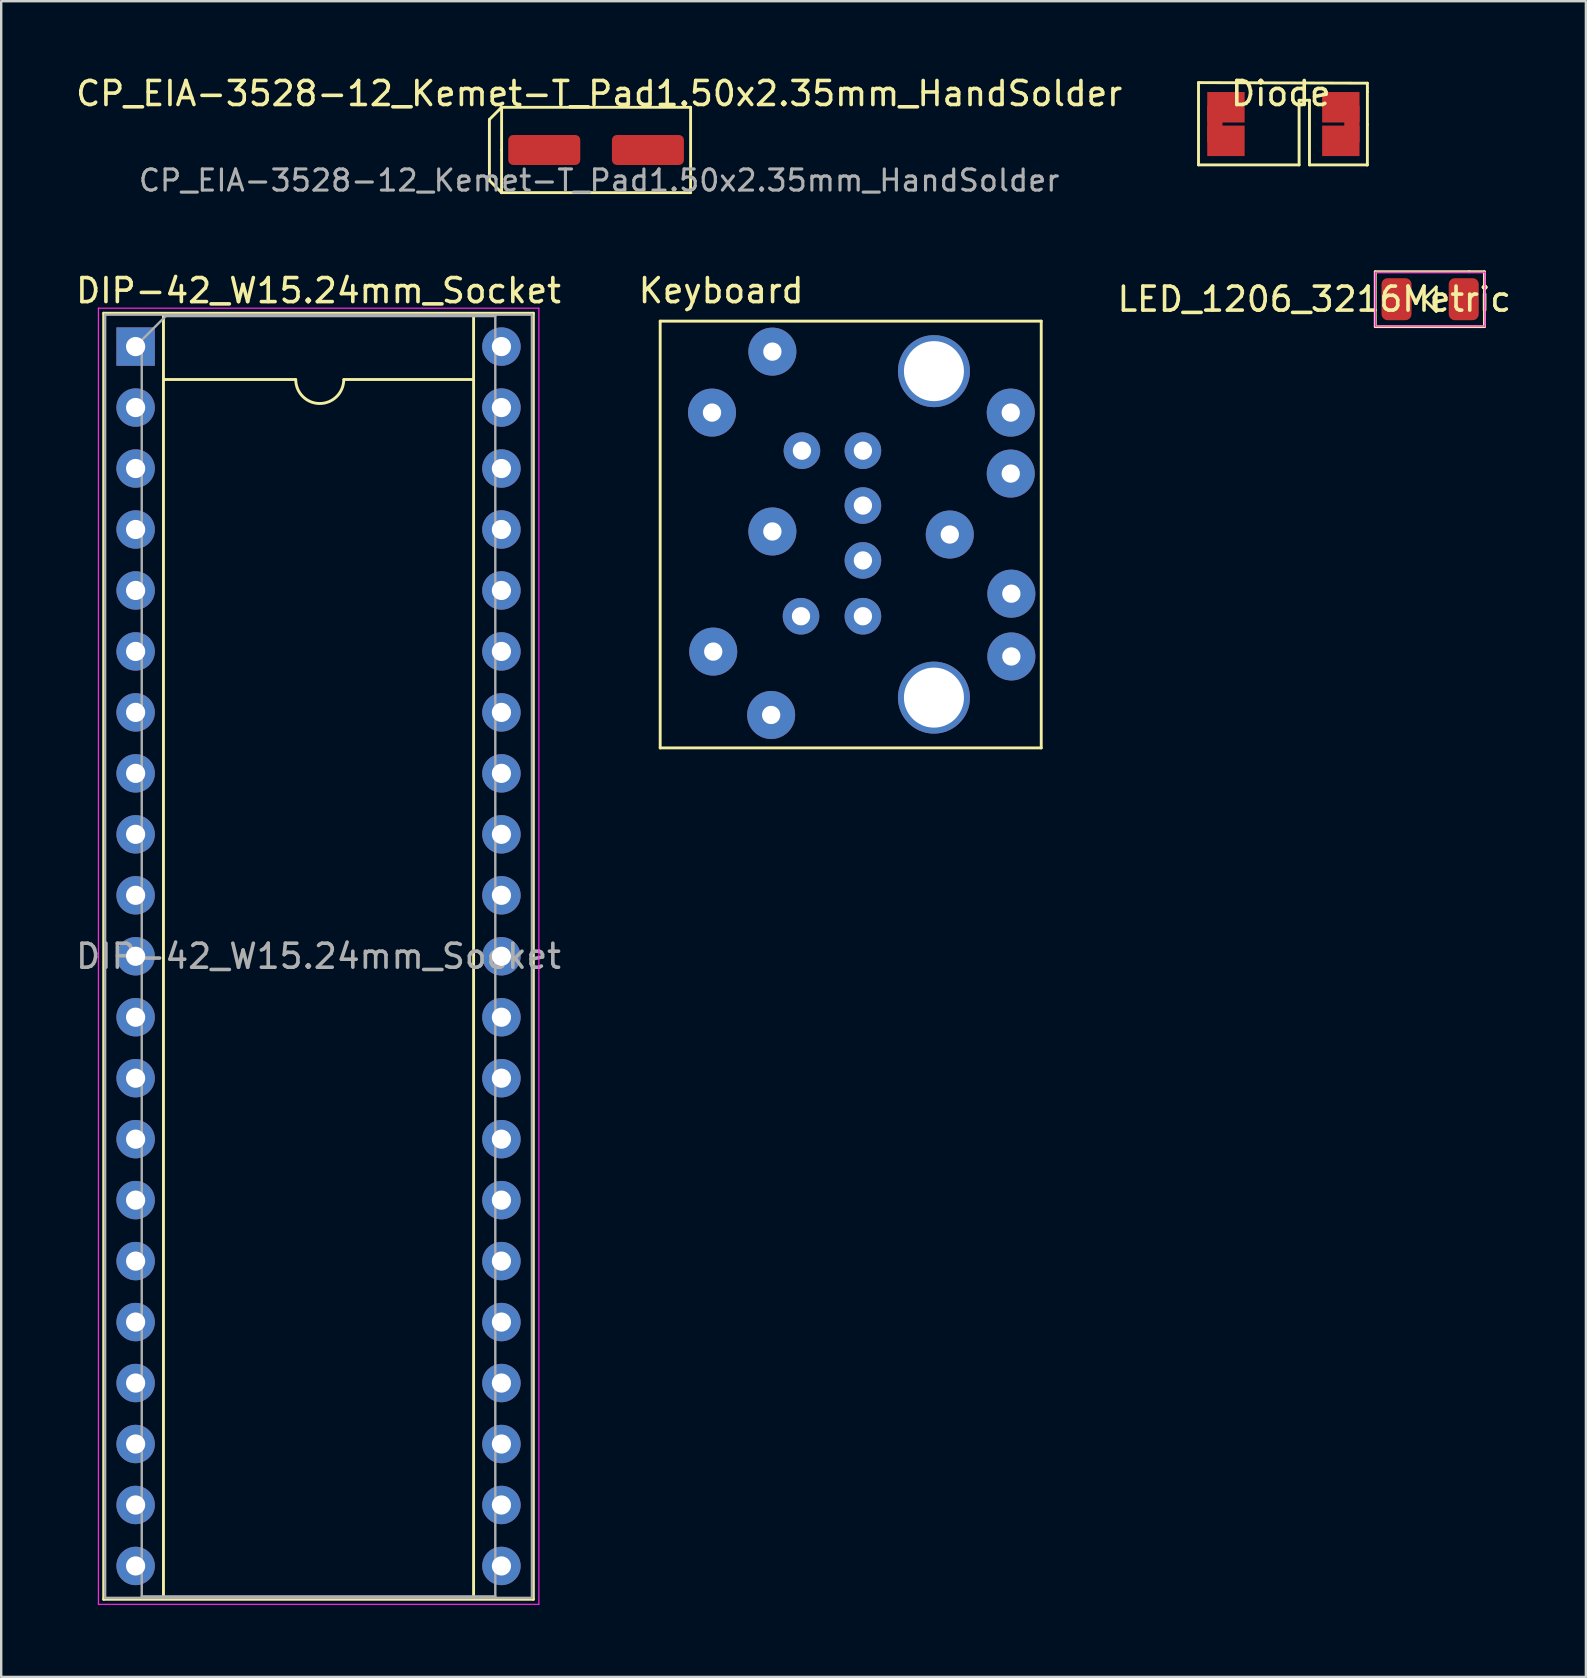
<source format=kicad_pcb>
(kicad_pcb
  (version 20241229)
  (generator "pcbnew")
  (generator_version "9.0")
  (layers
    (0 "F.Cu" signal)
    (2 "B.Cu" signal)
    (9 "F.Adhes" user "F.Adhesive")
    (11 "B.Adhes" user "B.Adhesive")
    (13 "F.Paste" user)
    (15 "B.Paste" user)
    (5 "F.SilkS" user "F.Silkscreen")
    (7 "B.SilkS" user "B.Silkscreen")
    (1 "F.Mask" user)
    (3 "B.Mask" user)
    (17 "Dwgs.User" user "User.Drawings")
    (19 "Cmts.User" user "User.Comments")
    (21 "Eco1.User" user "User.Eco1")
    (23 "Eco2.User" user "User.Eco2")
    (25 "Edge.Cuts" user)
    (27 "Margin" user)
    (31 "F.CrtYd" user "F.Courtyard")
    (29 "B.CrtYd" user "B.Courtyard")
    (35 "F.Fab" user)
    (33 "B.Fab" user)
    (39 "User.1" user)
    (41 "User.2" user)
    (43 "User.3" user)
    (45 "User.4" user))
  (footprint "CP_EIA-3528-12_Kemet-T_Pad1.50x2.35mm_HandSolder"
    (layer "F.Cu")
    (at 21.911 3.198)
    (property "Reference" "CP_EIA-3528-12_Kemet-T_Pad1.50x2.35mm_HandSolder" (at 0 -2.35 0) (layer "F.SilkS") (effects (font (size 1 1) (thickness 0.15))))
    (attr smd)
    (fp_line (start -4.572 -1.27) (end -4.572 1.27) (stroke (width 0.12) (type solid)) (layer "F.SilkS"))
    (fp_line (start -4.572 1.27) (end -4.064 1.778) (stroke (width 0.12) (type solid)) (layer "F.SilkS"))
    (fp_line (start -4.064 -1.778) (end -4.572 -1.27) (stroke (width 0.12) (type solid)) (layer "F.SilkS"))
    (fp_line (start -4.064 -1.778) (end -4.064 0) (stroke (width 0.12) (type solid)) (layer "F.SilkS"))
    (fp_line (start -4.064 0) (end -4.064 1.778) (stroke (width 0.12) (type solid)) (layer "F.SilkS"))
    (fp_line (start -4.064 1.778) (end 3.81 1.778) (stroke (width 0.12) (type solid)) (layer "F.SilkS"))
    (fp_line (start 3.81 -1.778) (end -4.064 -1.778) (stroke (width 0.12) (type solid)) (layer "F.SilkS"))
    (fp_line (start 3.81 1.778) (end 3.81 -1.778) (stroke (width 0.12) (type solid)) (layer "F.SilkS"))
    (fp_text user "${REFERENCE}" (at 0 1.27 0) (layer "F.Fab") (effects (font (size 0.88 0.88) (thickness 0.13))))
    (pad "1" smd roundrect (at -2.286 0) (size 3 1.25) (layers "F.Cu" "F.Mask" "F.Paste") (roundrect_rratio 0.167))
    (pad "2" smd roundrect (at 2.032 0) (size 3 1.25) (layers "F.Cu" "F.Mask" "F.Paste") (roundrect_rratio 0.167)))
  (footprint "LED_1206_3216Metric"
    (layer "F.Cu")
    (at 56.531 9.414)
    (property "Reference" "LED_1206_3216Metric" (at -4.826 0 0) (layer "F.SilkS") (effects (font (size 1 1) (thickness 0.15))))
    (attr smd)
    (fp_line (start -2.286 -1.143) (end 1.626 -1.143) (stroke (width 0.12) (type solid)) (layer "F.SilkS"))
    (fp_line (start -2.286 1.143) (end -2.286 -1.143) (stroke (width 0.12) (type solid)) (layer "F.SilkS"))
    (fp_line (start -0.254 0) (end 0.254 -0.508) (stroke (width 0.12) (type solid)) (layer "F.SilkS"))
    (fp_line (start 0.254 -0.508) (end 0.254 0.508) (stroke (width 0.12) (type solid)) (layer "F.SilkS"))
    (fp_line (start 0.254 0.508) (end -0.254 0) (stroke (width 0.12) (type solid)) (layer "F.SilkS"))
    (fp_line (start 1.626 -1.143) (end 2.261 -1.143) (stroke (width 0.12) (type solid)) (layer "F.SilkS"))
    (fp_line (start 2.261 -1.143) (end 2.261 1.092) (stroke (width 0.12) (type solid)) (layer "F.SilkS"))
    (fp_line (start 2.261 1.092) (end 2.261 1.118) (stroke (width 0.12) (type solid)) (layer "F.SilkS"))
    (fp_line (start 2.261 1.118) (end 2.261 1.143) (stroke (width 0.12) (type solid)) (layer "F.SilkS"))
    (fp_line (start 2.261 1.143) (end -2.286 1.143) (stroke (width 0.12) (type solid)) (layer "F.SilkS"))
    (fp_line (start -2.28 -1.12) (end 2.28 -1.12) (stroke (width 0.05) (type solid)) (layer "F.CrtYd"))
    (fp_line (start -2.28 1.12) (end -2.28 -1.12) (stroke (width 0.05) (type solid)) (layer "F.CrtYd"))
    (fp_line (start 2.28 -1.12) (end 2.28 1.12) (stroke (width 0.05) (type solid)) (layer "F.CrtYd"))
    (fp_line (start 2.28 1.12) (end -2.28 1.12) (stroke (width 0.05) (type solid)) (layer "F.CrtYd"))
    (pad "1" smd roundrect (at -1.4 0) (size 1.25 1.75) (layers "F.Cu" "F.Mask" "F.Paste") (roundrect_rratio 0.2))
    (pad "2" smd roundrect (at 1.4 0) (size 1.25 1.75) (layers "F.Cu" "F.Mask" "F.Paste") (roundrect_rratio 0.2)))
  (footprint "Keyboard"
    (layer "F.Cu")
    (at 32.709 16.679)
    (property "Reference" "Keyboard" (at -5.715 -7.62 0) (layer "F.SilkS") (effects (font (size 1 1) (thickness 0.15))))
    (attr through_hole)
    (fp_line (start -8.255 -6.35) (end -8.255 11.43) (stroke (width 0.12) (type solid)) (layer "F.SilkS"))
    (fp_line (start -8.255 11.43) (end 7.62 11.43) (stroke (width 0.12) (type solid)) (layer "F.SilkS"))
    (fp_line (start 7.62 -6.35) (end -8.255 -6.35) (stroke (width 0.12) (type solid)) (layer "F.SilkS"))
    (fp_line (start 7.62 11.43) (end 7.62 -6.35) (stroke (width 0.12) (type solid)) (layer "F.SilkS"))
    (pad "0" thru_hole circle (at 3.15 -4.267) (size 3 3) (drill 2.5) (layers "*.Cu" "*.Mask"))
    (pad "0" thru_hole circle (at 3.15 9.335) (size 3 3) (drill 2.5) (layers "*.Cu" "*.Mask"))
    (pad "0" thru_hole circle (at 3.81 2.54) (size 2 2) (drill 0.762) (layers "*.Cu" "*.Mask"))
    (pad "0" thru_hole circle (at 6.35 -2.54) (size 2 2) (drill 0.762) (layers "*.Cu" "*.Mask"))
    (pad "0" thru_hole circle (at 6.35 0) (size 2 2) (drill 0.762) (layers "*.Cu" "*.Mask"))
    (pad "0" thru_hole circle (at 6.375 5.004) (size 2 2) (drill 0.762) (layers "*.Cu" "*.Mask"))
    (pad "0" thru_hole circle (at 6.375 7.62) (size 2 2) (drill 0.762) (layers "*.Cu" "*.Mask"))
    (pad "1" thru_hole circle (at -3.632 10.058) (size 2 2) (drill 0.762) (layers "*.Cu" "*.Mask"))
    (pad "1" thru_hole circle (at -2.388 5.944) (size 1.524 1.524) (drill 0.762) (layers "*.Cu" "*.Mask"))
    (pad "1" thru_hole circle (at 0.191 3.619) (size 1.524 1.524) (drill 0.762) (layers "*.Cu" "*.Mask"))
    (pad "2" thru_hole circle (at -3.581 2.413) (size 2 2) (drill 0.762) (layers "*.Cu" "*.Mask"))
    (pad "2" thru_hole circle (at 0.191 1.333) (size 1.524 1.524) (drill 0.762) (layers "*.Cu" "*.Mask"))
    (pad "3" thru_hole circle (at -3.581 -5.08) (size 2 2) (drill 0.762) (layers "*.Cu" "*.Mask"))
    (pad "3" thru_hole circle (at 0.191 -0.953) (size 1.524 1.524) (drill 0.762) (layers "*.Cu" "*.Mask"))
    (pad "4" thru_hole circle (at -6.045 7.417) (size 2 2) (drill 0.762) (layers "*.Cu" "*.Mask"))
    (pad "4" thru_hole circle (at 0.191 5.944) (size 1.524 1.524) (drill 0.762) (layers "*.Cu" "*.Mask"))
    (pad "5" thru_hole circle (at -6.096 -2.54) (size 2 2) (drill 0.762) (layers "*.Cu" "*.Mask"))
    (pad "5" thru_hole circle (at -2.349 -0.953) (size 1.524 1.524) (drill 0.762) (layers "*.Cu" "*.Mask")))
  (footprint "DIP-42_W15.24mm_Socket"
    (layer "F.Cu")
    (at 2.6 11.389)
    (property "Reference" "DIP-42_W15.24mm_Socket" (at 7.62 -2.33 0) (layer "F.SilkS") (effects (font (size 1 1) (thickness 0.15))))
    (attr through_hole)
    (fp_line (start -1.33 -1.39) (end -1.33 52.19) (stroke (width 0.12) (type solid)) (layer "F.SilkS"))
    (fp_line (start -1.33 52.19) (end 16.57 52.19) (stroke (width 0.12) (type solid)) (layer "F.SilkS"))
    (fp_line (start 1.16 -1.33) (end 1.16 52.13) (stroke (width 0.12) (type solid)) (layer "F.SilkS"))
    (fp_line (start 1.16 52.13) (end 14.08 52.13) (stroke (width 0.12) (type solid)) (layer "F.SilkS"))
    (fp_line (start 6.655 1.372) (end 1.195 1.372) (stroke (width 0.12) (type solid)) (layer "F.SilkS"))
    (fp_line (start 8.687 1.372) (end 14.072 1.372) (stroke (width 0.12) (type solid)) (layer "F.SilkS"))
    (fp_line (start 14.08 52.13) (end 14.08 -1.33) (stroke (width 0.12) (type solid)) (layer "F.SilkS"))
    (fp_line (start 16.57 -1.39) (end -1.33 -1.39) (stroke (width 0.12) (type solid)) (layer "F.SilkS"))
    (fp_line (start 16.57 52.19) (end 16.57 -1.39) (stroke (width 0.12) (type solid)) (layer "F.SilkS"))
    (fp_arc (start 8.6708 1.3716) (mid 7.6708 2.3716) (end 6.6708 1.3716) (stroke (width 0.12) (type solid)) (layer "F.SilkS"))
    (fp_line (start -1.55 -1.6) (end -1.55 52.4) (stroke (width 0.05) (type solid)) (layer "F.CrtYd"))
    (fp_line (start -1.55 52.4) (end 16.8 52.4) (stroke (width 0.05) (type solid)) (layer "F.CrtYd"))
    (fp_line (start 16.8 -1.6) (end -1.55 -1.6) (stroke (width 0.05) (type solid)) (layer "F.CrtYd"))
    (fp_line (start 16.8 52.4) (end 16.8 -1.6) (stroke (width 0.05) (type solid)) (layer "F.CrtYd"))
    (fp_line (start -1.27 -1.33) (end -1.27 52.13) (stroke (width 0.1) (type solid)) (layer "F.Fab"))
    (fp_line (start -1.27 52.13) (end 16.51 52.13) (stroke (width 0.1) (type solid)) (layer "F.Fab"))
    (fp_line (start 0.255 -0.27) (end 1.255 -1.27) (stroke (width 0.1) (type solid)) (layer "F.Fab"))
    (fp_line (start 0.255 52.07) (end 0.255 -0.27) (stroke (width 0.1) (type solid)) (layer "F.Fab"))
    (fp_line (start 1.255 -1.27) (end 14.985 -1.27) (stroke (width 0.1) (type solid)) (layer "F.Fab"))
    (fp_line (start 14.985 -1.27) (end 14.985 52.07) (stroke (width 0.1) (type solid)) (layer "F.Fab"))
    (fp_line (start 14.985 52.07) (end 0.255 52.07) (stroke (width 0.1) (type solid)) (layer "F.Fab"))
    (fp_line (start 16.51 -1.33) (end -1.27 -1.33) (stroke (width 0.1) (type solid)) (layer "F.Fab"))
    (fp_line (start 16.51 52.13) (end 16.51 -1.33) (stroke (width 0.1) (type solid)) (layer "F.Fab"))
    (fp_text user "${REFERENCE}" (at 7.62 25.4 0) (layer "F.Fab") (effects (font (size 1 1) (thickness 0.15))))
    (pad "1" thru_hole rect (at 0 0) (size 1.6 1.6) (drill 0.8) (layers "*.Cu" "*.Mask"))
    (pad "2" thru_hole oval (at 0 2.54) (size 1.6 1.6) (drill 0.8) (layers "*.Cu" "*.Mask"))
    (pad "3" thru_hole oval (at 0 5.08) (size 1.6 1.6) (drill 0.8) (layers "*.Cu" "*.Mask"))
    (pad "4" thru_hole oval (at 0 7.62) (size 1.6 1.6) (drill 0.8) (layers "*.Cu" "*.Mask"))
    (pad "5" thru_hole oval (at 0 10.16) (size 1.6 1.6) (drill 0.8) (layers "*.Cu" "*.Mask"))
    (pad "6" thru_hole oval (at 0 12.7) (size 1.6 1.6) (drill 0.8) (layers "*.Cu" "*.Mask"))
    (pad "7" thru_hole oval (at 0 15.24) (size 1.6 1.6) (drill 0.8) (layers "*.Cu" "*.Mask"))
    (pad "8" thru_hole oval (at 0 17.78) (size 1.6 1.6) (drill 0.8) (layers "*.Cu" "*.Mask"))
    (pad "9" thru_hole oval (at 0 20.32) (size 1.6 1.6) (drill 0.8) (layers "*.Cu" "*.Mask"))
    (pad "10" thru_hole oval (at 0 22.86) (size 1.6 1.6) (drill 0.8) (layers "*.Cu" "*.Mask"))
    (pad "11" thru_hole oval (at 0 25.4) (size 1.6 1.6) (drill 0.8) (layers "*.Cu" "*.Mask"))
    (pad "12" thru_hole oval (at 0 27.94) (size 1.6 1.6) (drill 0.8) (layers "*.Cu" "*.Mask"))
    (pad "13" thru_hole oval (at 0 30.48) (size 1.6 1.6) (drill 0.8) (layers "*.Cu" "*.Mask"))
    (pad "14" thru_hole oval (at 0 33.02) (size 1.6 1.6) (drill 0.8) (layers "*.Cu" "*.Mask"))
    (pad "15" thru_hole oval (at 0 35.56) (size 1.6 1.6) (drill 0.8) (layers "*.Cu" "*.Mask"))
    (pad "16" thru_hole oval (at 0 38.1) (size 1.6 1.6) (drill 0.8) (layers "*.Cu" "*.Mask"))
    (pad "17" thru_hole oval (at 0 40.64) (size 1.6 1.6) (drill 0.8) (layers "*.Cu" "*.Mask"))
    (pad "18" thru_hole oval (at 0 43.18) (size 1.6 1.6) (drill 0.8) (layers "*.Cu" "*.Mask"))
    (pad "19" thru_hole oval (at 0 45.72) (size 1.6 1.6) (drill 0.8) (layers "*.Cu" "*.Mask"))
    (pad "20" thru_hole oval (at 0 48.26) (size 1.6 1.6) (drill 0.8) (layers "*.Cu" "*.Mask"))
    (pad "21" thru_hole oval (at 0 50.8) (size 1.6 1.6) (drill 0.8) (layers "*.Cu" "*.Mask"))
    (pad "22" thru_hole oval (at 15.24 50.8) (size 1.6 1.6) (drill 0.8) (layers "*.Cu" "*.Mask"))
    (pad "23" thru_hole oval (at 15.24 48.26) (size 1.6 1.6) (drill 0.8) (layers "*.Cu" "*.Mask"))
    (pad "24" thru_hole oval (at 15.24 45.72) (size 1.6 1.6) (drill 0.8) (layers "*.Cu" "*.Mask"))
    (pad "25" thru_hole oval (at 15.24 43.18) (size 1.6 1.6) (drill 0.8) (layers "*.Cu" "*.Mask"))
    (pad "26" thru_hole oval (at 15.24 40.64) (size 1.6 1.6) (drill 0.8) (layers "*.Cu" "*.Mask"))
    (pad "27" thru_hole oval (at 15.24 38.1) (size 1.6 1.6) (drill 0.8) (layers "*.Cu" "*.Mask"))
    (pad "28" thru_hole oval (at 15.24 35.56) (size 1.6 1.6) (drill 0.8) (layers "*.Cu" "*.Mask"))
    (pad "29" thru_hole oval (at 15.24 33.02) (size 1.6 1.6) (drill 0.8) (layers "*.Cu" "*.Mask"))
    (pad "30" thru_hole oval (at 15.24 30.48) (size 1.6 1.6) (drill 0.8) (layers "*.Cu" "*.Mask"))
    (pad "31" thru_hole oval (at 15.24 27.94) (size 1.6 1.6) (drill 0.8) (layers "*.Cu" "*.Mask"))
    (pad "32" thru_hole oval (at 15.24 25.4) (size 1.6 1.6) (drill 0.8) (layers "*.Cu" "*.Mask"))
    (pad "33" thru_hole oval (at 15.24 22.86) (size 1.6 1.6) (drill 0.8) (layers "*.Cu" "*.Mask"))
    (pad "34" thru_hole oval (at 15.24 20.32) (size 1.6 1.6) (drill 0.8) (layers "*.Cu" "*.Mask"))
    (pad "35" thru_hole oval (at 15.24 17.78) (size 1.6 1.6) (drill 0.8) (layers "*.Cu" "*.Mask"))
    (pad "36" thru_hole oval (at 15.24 15.24) (size 1.6 1.6) (drill 0.8) (layers "*.Cu" "*.Mask"))
    (pad "37" thru_hole oval (at 15.24 12.7) (size 1.6 1.6) (drill 0.8) (layers "*.Cu" "*.Mask"))
    (pad "38" thru_hole oval (at 15.24 10.16) (size 1.6 1.6) (drill 0.8) (layers "*.Cu" "*.Mask"))
    (pad "39" thru_hole oval (at 15.24 7.62) (size 1.6 1.6) (drill 0.8) (layers "*.Cu" "*.Mask"))
    (pad "40" thru_hole oval (at 15.24 5.08) (size 1.6 1.6) (drill 0.8) (layers "*.Cu" "*.Mask"))
    (pad "41" thru_hole oval (at 15.24 2.54) (size 1.6 1.6) (drill 0.8) (layers "*.Cu" "*.Mask"))
    (pad "42" thru_hole oval (at 15.24 0) (size 1.6 1.6) (drill 0.8) (layers "*.Cu" "*.Mask")))
  (footprint "Diode"
    (layer "F.Cu")
    (at 51.428 2.118)
    (property "Reference" "Diode" (at -1.118 -1.27 0) (layer "F.SilkS") (effects (font (size 1 1) (thickness 0.15))))
    (attr through_hole)
    (fp_line (start -4.547 -1.727) (end -4.547 1.702) (stroke (width 0.12) (type solid)) (layer "F.SilkS"))
    (fp_line (start -4.547 1.702) (end -0.356 1.702) (stroke (width 0.12) (type solid)) (layer "F.SilkS"))
    (fp_line (start -0.356 -0.991) (end 0.076 -0.991) (stroke (width 0.12) (type solid)) (layer "F.SilkS"))
    (fp_line (start -0.356 1.702) (end -0.356 -0.991) (stroke (width 0.12) (type solid)) (layer "F.SilkS"))
    (fp_line (start 0.076 -0.991) (end 0.076 1.702) (stroke (width 0.12) (type solid)) (layer "F.SilkS"))
    (fp_line (start 0.076 1.702) (end 2.464 1.702) (stroke (width 0.12) (type solid)) (layer "F.SilkS"))
    (fp_line (start 2.464 1.702) (end 2.489 1.702) (stroke (width 0.12) (type solid)) (layer "F.SilkS"))
    (fp_line (start 2.489 -1.702) (end -4.547 -1.727) (stroke (width 0.12) (type solid)) (layer "F.SilkS"))
    (fp_line (start 2.489 -1.499) (end 2.489 -1.702) (stroke (width 0.12) (type solid)) (layer "F.SilkS"))
    (fp_line (start 2.489 -1.346) (end 2.489 -1.499) (stroke (width 0.12) (type solid)) (layer "F.SilkS"))
    (fp_line (start 2.489 0.025) (end 2.489 -1.346) (stroke (width 0.12) (type solid)) (layer "F.SilkS"))
    (fp_line (start 2.489 1.702) (end 2.489 0.025) (stroke (width 0.12) (type solid)) (layer "F.SilkS"))
    (pad "1" smd rect (at 1.382 -0.699 180) (size 1.558 1.27) (layers "F.Cu" "F.Mask" "F.Paste"))
    (pad "1" smd rect (at 1.382 0.699 180) (size 1.558 1.27) (layers "F.Cu" "F.Mask" "F.Paste"))
    (pad "1" smd rect (at 1.844 0 180) (size 0.635 1.524) (layers "F.Cu" "F.Mask" "F.Paste"))
    (pad "2" smd rect (at -3.866 0) (size 0.635 1.524) (layers "F.Cu" "F.Mask" "F.Paste"))
    (pad "2" smd rect (at -3.404 -0.699) (size 1.558 1.27) (layers "F.Cu" "F.Mask" "F.Paste"))
    (pad "2" smd rect (at -3.404 0.699) (size 1.558 1.27) (layers "F.Cu" "F.Mask" "F.Paste")))
  (gr_rect
    (start -3 -3)
    (end 63.02 66.814)
    (stroke (width 0.1) (type default))
    (fill no)
    (layer "Edge.Cuts")))
</source>
